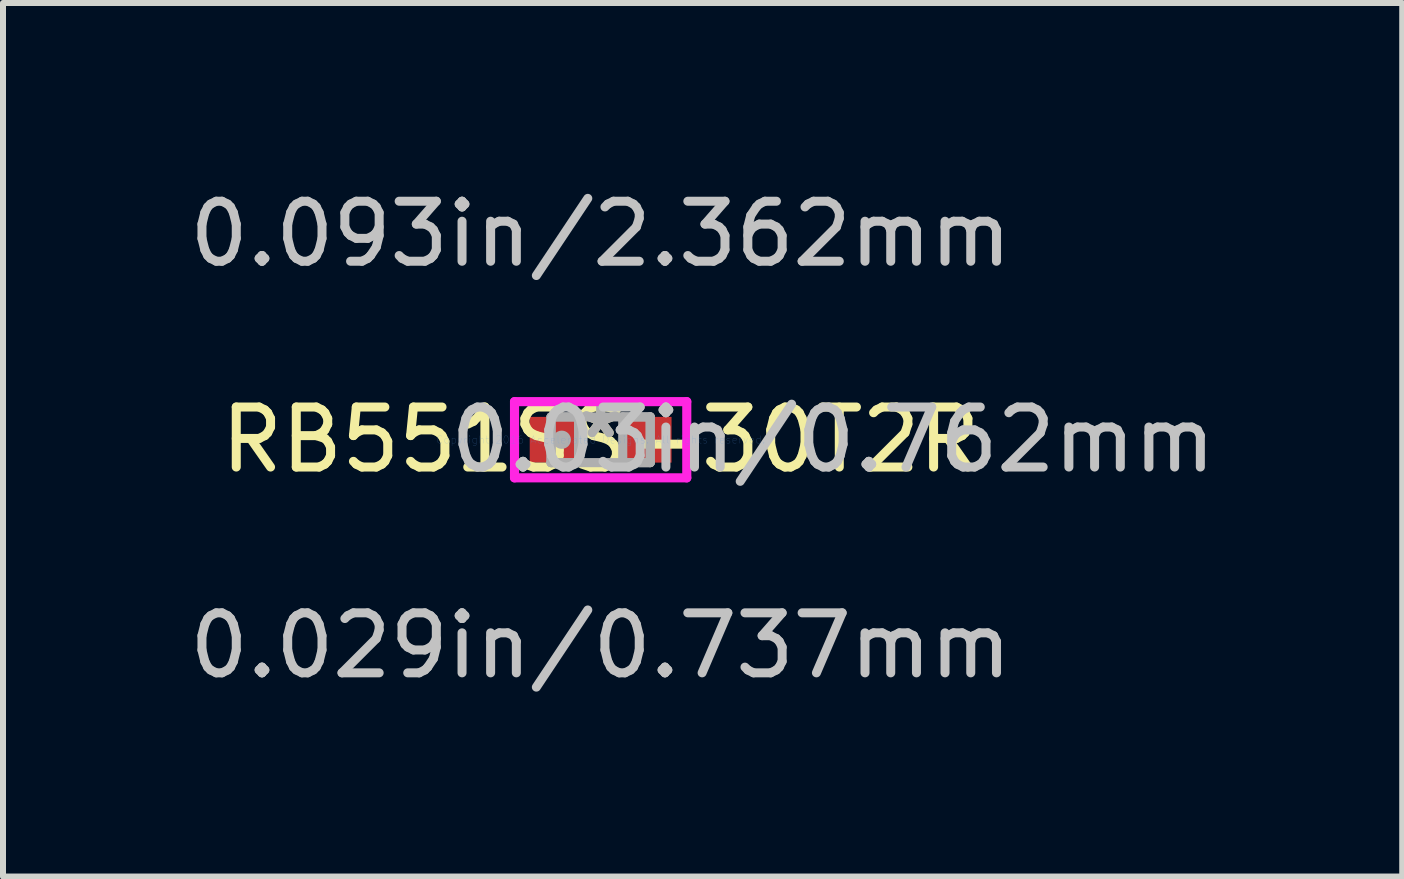
<source format=kicad_pcb>
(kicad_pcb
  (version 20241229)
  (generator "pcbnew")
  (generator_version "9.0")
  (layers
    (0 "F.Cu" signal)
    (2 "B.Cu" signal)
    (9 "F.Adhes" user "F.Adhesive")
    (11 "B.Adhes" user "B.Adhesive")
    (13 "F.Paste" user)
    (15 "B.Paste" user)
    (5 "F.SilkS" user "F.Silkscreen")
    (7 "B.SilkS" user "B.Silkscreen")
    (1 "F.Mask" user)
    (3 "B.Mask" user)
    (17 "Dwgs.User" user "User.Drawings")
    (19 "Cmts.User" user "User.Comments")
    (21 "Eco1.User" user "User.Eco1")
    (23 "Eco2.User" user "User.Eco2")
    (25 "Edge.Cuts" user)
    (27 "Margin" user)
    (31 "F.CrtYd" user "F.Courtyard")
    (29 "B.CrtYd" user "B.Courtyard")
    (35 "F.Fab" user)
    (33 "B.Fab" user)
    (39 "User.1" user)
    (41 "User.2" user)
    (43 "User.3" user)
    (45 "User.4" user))
  (footprint "RB551SS-30T2R"
    (layer "F.Cu")
    (at 6.958 4.277)
    (property "Reference" "RB551SS-30T2R" (at 0 0 0) (layer "F.SilkS") (effects (font (size 1 1) (thickness 0.15))))
    (attr through_hole)
    (fp_line (start -1.435 -0.635) (end 1.435 -0.635) (stroke (width 0.152) (type solid)) (layer "F.CrtYd"))
    (fp_line (start -1.435 0.635) (end -1.435 -0.635) (stroke (width 0.152) (type solid)) (layer "F.CrtYd"))
    (fp_line (start 1.435 -0.635) (end 1.435 0.635) (stroke (width 0.152) (type solid)) (layer "F.CrtYd"))
    (fp_line (start 1.435 0.635) (end -1.435 0.635) (stroke (width 0.152) (type solid)) (layer "F.CrtYd"))
    (fp_line (start -0.826 -0.381) (end -0.826 0.381) (stroke (width 0.152) (type solid)) (layer "F.Fab"))
    (fp_line (start -0.826 -0.381) (end -0.826 0.381) (stroke (width 0.152) (type solid)) (layer "F.Fab"))
    (fp_line (start -0.826 0.381) (end -0.368 0.381) (stroke (width 0.152) (type solid)) (layer "F.Fab"))
    (fp_line (start -0.826 0.381) (end 0.826 0.381) (stroke (width 0.152) (type solid)) (layer "F.Fab"))
    (fp_line (start -0.368 -0.381) (end -0.826 -0.381) (stroke (width 0.152) (type solid)) (layer "F.Fab"))
    (fp_line (start -0.368 0.381) (end -0.368 -0.381) (stroke (width 0.152) (type solid)) (layer "F.Fab"))
    (fp_line (start 0.368 -0.381) (end 0.368 0.381) (stroke (width 0.152) (type solid)) (layer "F.Fab"))
    (fp_line (start 0.368 0.381) (end 0.826 0.381) (stroke (width 0.152) (type solid)) (layer "F.Fab"))
    (fp_line (start 0.826 -0.381) (end -0.826 -0.381) (stroke (width 0.152) (type solid)) (layer "F.Fab"))
    (fp_line (start 0.826 -0.381) (end 0.368 -0.381) (stroke (width 0.152) (type solid)) (layer "F.Fab"))
    (fp_line (start 0.826 0.381) (end 0.826 -0.381) (stroke (width 0.152) (type solid)) (layer "F.Fab"))
    (fp_line (start 0.826 0.381) (end 0.826 -0.381) (stroke (width 0.152) (type solid)) (layer "F.Fab"))
    (fp_circle (center -0.648 0) (end -0.648 0) (stroke (width 0.152) (type solid)) (fill no) (layer "F.Fab"))
    (fp_text user "*" (at 0 0 0) (layer "F.SilkS") (effects (font (size 1 1) (thickness 0.15))))
    (fp_text user "0.029in/0.737mm" (at 0 3.429 0) (layer "Dwgs.User") (effects (font (size 1 1) (thickness 0.15))))
    (fp_text user "0.03in/0.762mm" (at 3.873 0 0) (layer "Dwgs.User") (effects (font (size 1 1) (thickness 0.15))))
    (fp_text user "0.093in/2.362mm" (at 0 -3.429 0) (layer "Dwgs.User") (effects (font (size 1 1) (thickness 0.15))))
    (fp_text user "Copyright 2016 Accelerated Designs. All rights reserved." (at 0 0 0) (layer "Cmts.User") (effects (font (size 0.127 0.127) (thickness 0.002))))
    (fp_text user "*" (at 0 0 0) (layer "F.Fab") (effects (font (size 1 1) (thickness 0.15))))
    (pad "1" smd rect (at -0.775 0) (size 0.813 0.762) (layers "F.Cu" "F.Mask" "F.Paste"))
    (pad "2" smd rect (at 0.775 0) (size 0.813 0.762) (layers "F.Cu" "F.Mask" "F.Paste")))
  (gr_rect
    (start -3 -3)
    (end 20.314 11.555)
    (stroke (width 0.1) (type default))
    (fill no)
    (layer "Edge.Cuts")))
</source>
